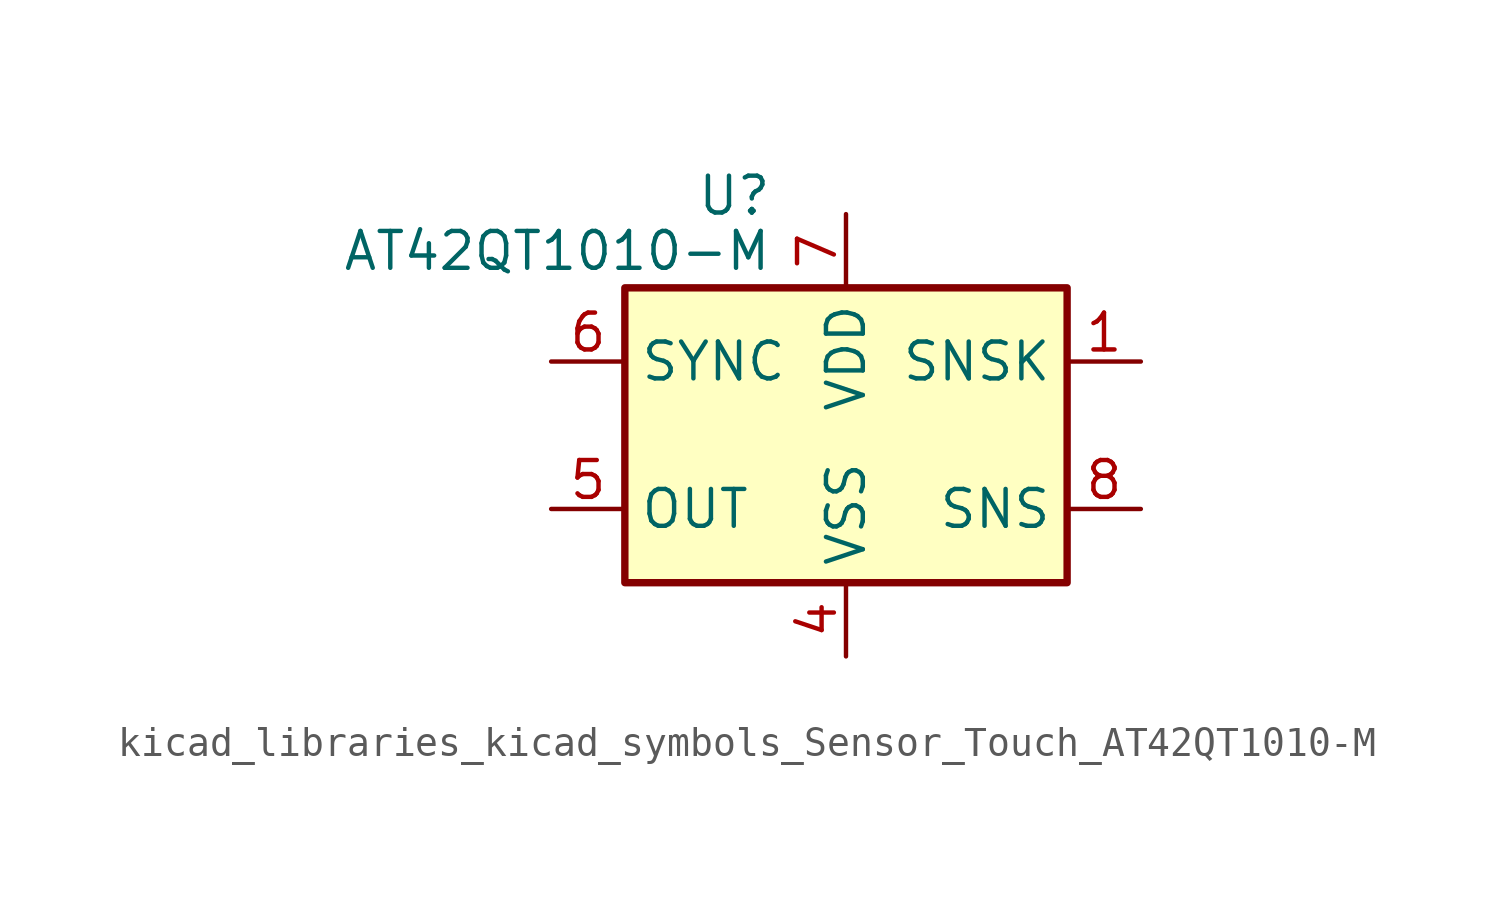
<source format=kicad_sym>
(kicad_symbol_lib
  (version 20220914)
  (generator kicad_symbol_editor)
  (symbol "kicad_libraries_kicad_symbols_Sensor_Touch_AT42QT1010-M"
    (property "Reference" "U"
      (at -2.54 8.255 0)
      (effects (font (size 1.27 1.27)) (justify right)))
    (property "Value" "AT42QT1010-M"
      (at -2.54 6.35 0)
      (effects (font (size 1.27 1.27)) (justify right)))
    (symbol "kicad_libraries_kicad_symbols_Sensor_Touch_AT42QT1010-M_0_1"
      (rectangle (start -7.62 5.08) (end 7.62 -5.08) (stroke (width 0.254) (type default)) (fill (type background))))
    (symbol "kicad_libraries_kicad_symbols_Sensor_Touch_AT42QT1010-M_1_1"
      (pin passive line (at 10.16 2.54 180) (length 2.54) (name "SNSK" (effects (font (size 1.27 1.27)))) (number "1" (effects (font (size 1.27 1.27)))))
      (pin no_connect line (at -7.62 0 0) (length 2.54) hide (name "NC" (effects (font (size 1.27 1.27)))) (number "2" (effects (font (size 1.27 1.27)))))
      (pin no_connect line (at 7.62 0 180) (length 2.54) hide (name "NC" (effects (font (size 1.27 1.27)))) (number "3" (effects (font (size 1.27 1.27)))))
      (pin power_in line (at 0 -7.62 90) (length 2.54) (name "VSS" (effects (font (size 1.27 1.27)))) (number "4" (effects (font (size 1.27 1.27)))))
      (pin output line (at -10.16 -2.54 0) (length 2.54) (name "OUT" (effects (font (size 1.27 1.27)))) (number "5" (effects (font (size 1.27 1.27)))))
      (pin input line (at -10.16 2.54 0) (length 2.54) (name "SYNC" (effects (font (size 1.27 1.27)))) (number "6" (effects (font (size 1.27 1.27)))))
      (pin power_in line (at 0 7.62 270) (length 2.54) (name "VDD" (effects (font (size 1.27 1.27)))) (number "7" (effects (font (size 1.27 1.27)))))
      (pin passive line (at 10.16 -2.54 180) (length 2.54) (name "SNS" (effects (font (size 1.27 1.27)))) (number "8" (effects (font (size 1.27 1.27)))))
      (pin passive line (at 0 -7.62 90) (length 2.54) hide (name "VSS" (effects (font (size 1.27 1.27)))) (number "9" (effects (font (size 1.27 1.27))))))))
</source>
